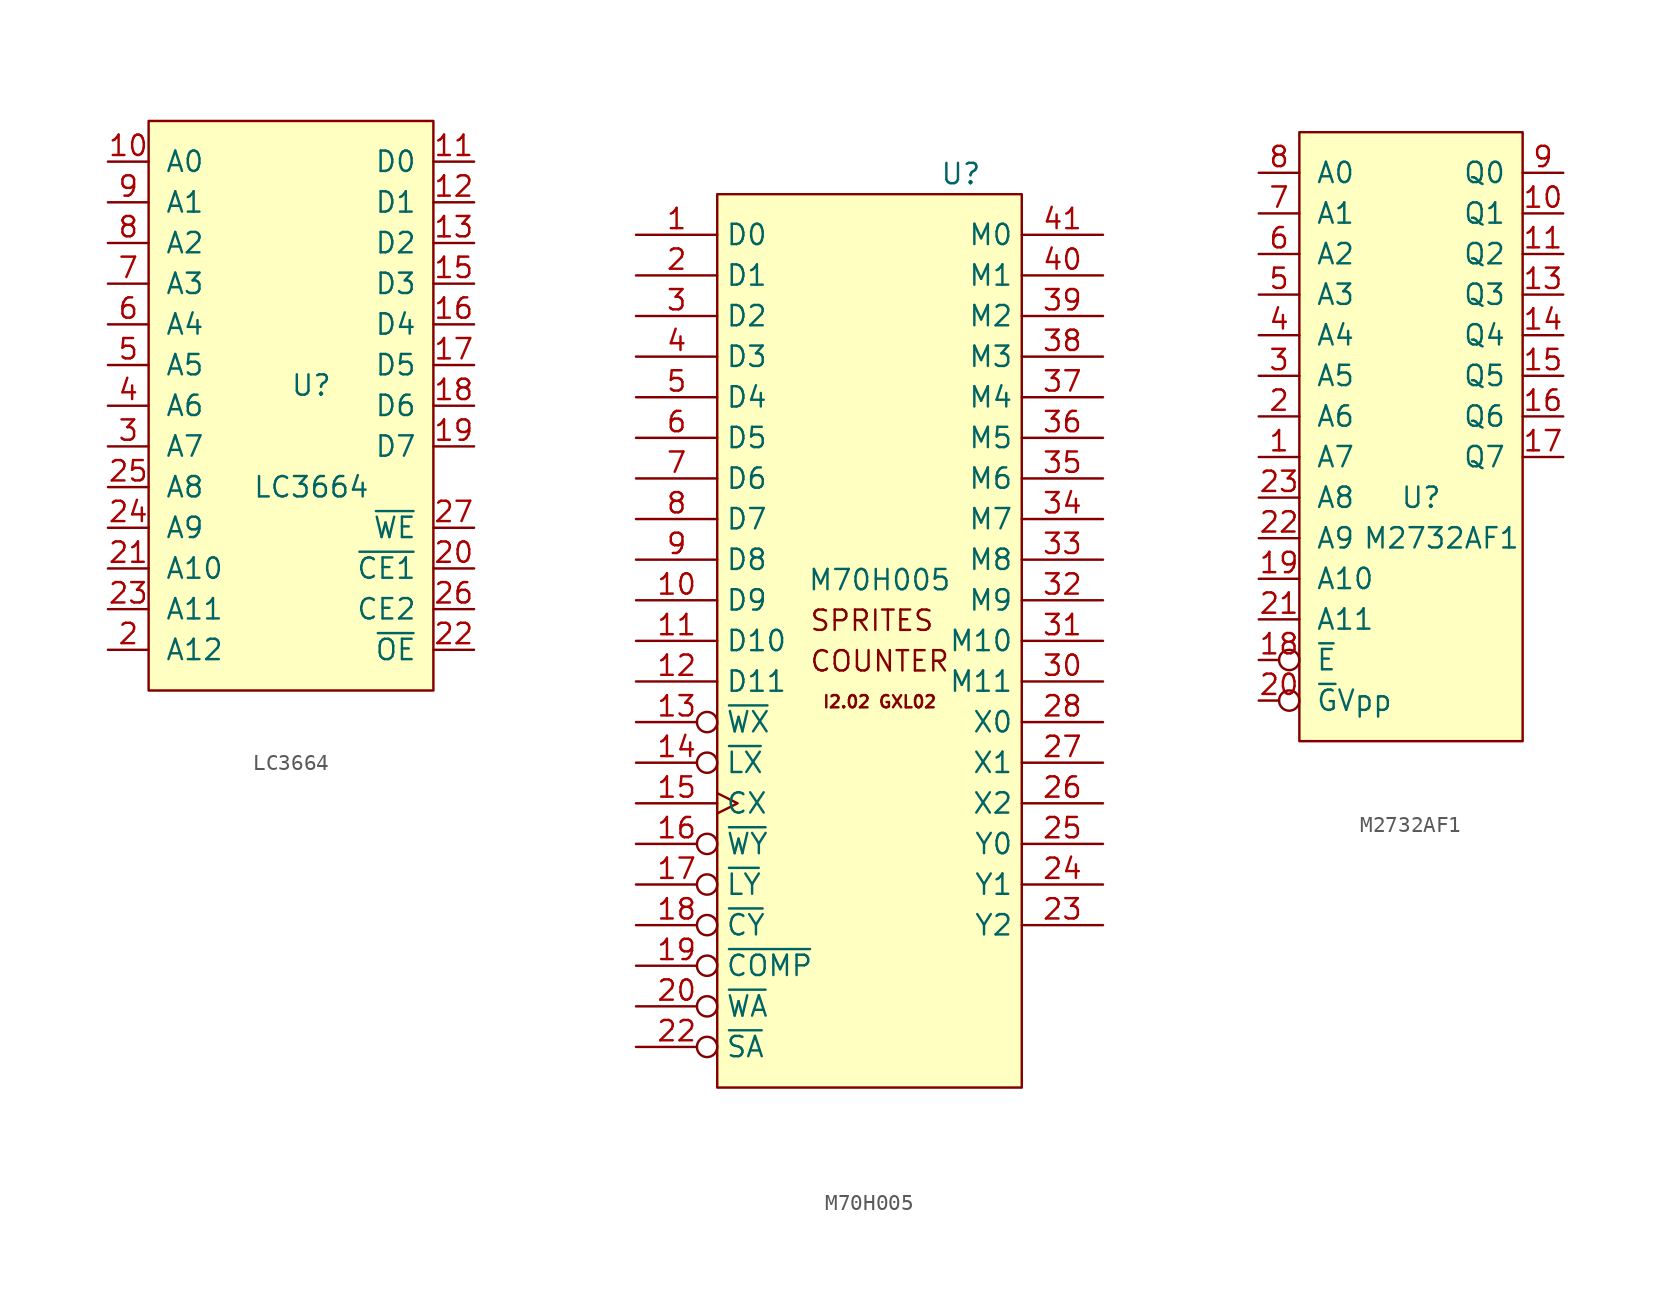
<source format=kicad_sym>
(kicad_symbol_lib
  (version 20231120)
  (generator "kicad_symbol_editor")
  (generator_version "8.0")
  (symbol "LC3664"
    (pin_names
      (offset 1.016))
    (property "Reference" "U"
      (at 1.27 0 0)
      (effects (font (size 1.27 1.27))))
    (property "Value" "LC3664"
      (at 1.27 -6.35 0)
      (effects (font (size 1.27 1.27))))
    (symbol "LC3664_0_1"
      (rectangle (start -8.89 16.51) (end 8.89 -19.05) (stroke (width 0) (type default)) (fill (type background))))
    (symbol "LC3664_1_1"
      (pin input line (at -11.43 13.97 0) (length 2.54) (name "A0" (effects (font (size 1.27 1.27)))) (number "10" (effects (font (size 1.27 1.27)))))
      (pin bidirectional line (at 11.43 13.97 180) (length 2.54) (name "D0" (effects (font (size 1.27 1.27)))) (number "11" (effects (font (size 1.27 1.27)))))
      (pin bidirectional line (at 11.43 11.43 180) (length 2.54) (name "D1" (effects (font (size 1.27 1.27)))) (number "12" (effects (font (size 1.27 1.27)))))
      (pin bidirectional line (at 11.43 8.89 180) (length 2.54) (name "D2" (effects (font (size 1.27 1.27)))) (number "13" (effects (font (size 1.27 1.27)))))
      (pin bidirectional line (at 11.43 6.35 180) (length 2.54) (name "D3" (effects (font (size 1.27 1.27)))) (number "15" (effects (font (size 1.27 1.27)))))
      (pin bidirectional line (at 11.43 3.81 180) (length 2.54) (name "D4" (effects (font (size 1.27 1.27)))) (number "16" (effects (font (size 1.27 1.27)))))
      (pin bidirectional line (at 11.43 1.27 180) (length 2.54) (name "D5" (effects (font (size 1.27 1.27)))) (number "17" (effects (font (size 1.27 1.27)))))
      (pin bidirectional line (at 11.43 -1.27 180) (length 2.54) (name "D6" (effects (font (size 1.27 1.27)))) (number "18" (effects (font (size 1.27 1.27)))))
      (pin bidirectional line (at 11.43 -3.81 180) (length 2.54) (name "D7" (effects (font (size 1.27 1.27)))) (number "19" (effects (font (size 1.27 1.27)))))
      (pin input line (at -11.43 -16.51 0) (length 2.54) (name "A12" (effects (font (size 1.27 1.27)))) (number "2" (effects (font (size 1.27 1.27)))))
      (pin input line (at 11.43 -11.43 180) (length 2.54) (name "~{CE1}" (effects (font (size 1.27 1.27)))) (number "20" (effects (font (size 1.27 1.27)))))
      (pin input line (at -11.43 -11.43 0) (length 2.54) (name "A10" (effects (font (size 1.27 1.27)))) (number "21" (effects (font (size 1.27 1.27)))))
      (pin input line (at 11.43 -16.51 180) (length 2.54) (name "~{OE}" (effects (font (size 1.27 1.27)))) (number "22" (effects (font (size 1.27 1.27)))))
      (pin input line (at -11.43 -13.97 0) (length 2.54) (name "A11" (effects (font (size 1.27 1.27)))) (number "23" (effects (font (size 1.27 1.27)))))
      (pin input line (at -11.43 -8.89 0) (length 2.54) (name "A9" (effects (font (size 1.27 1.27)))) (number "24" (effects (font (size 1.27 1.27)))))
      (pin input line (at -11.43 -6.35 0) (length 2.54) (name "A8" (effects (font (size 1.27 1.27)))) (number "25" (effects (font (size 1.27 1.27)))))
      (pin input line (at 11.43 -13.97 180) (length 2.54) (name "CE2" (effects (font (size 1.27 1.27)))) (number "26" (effects (font (size 1.27 1.27)))))
      (pin input line (at 11.43 -8.89 180) (length 2.54) (name "~{WE}" (effects (font (size 1.27 1.27)))) (number "27" (effects (font (size 1.27 1.27)))))
      (pin input line (at -11.43 -3.81 0) (length 2.54) (name "A7" (effects (font (size 1.27 1.27)))) (number "3" (effects (font (size 1.27 1.27)))))
      (pin input line (at -11.43 -1.27 0) (length 2.54) (name "A6" (effects (font (size 1.27 1.27)))) (number "4" (effects (font (size 1.27 1.27)))))
      (pin input line (at -11.43 1.27 0) (length 2.54) (name "A5" (effects (font (size 1.27 1.27)))) (number "5" (effects (font (size 1.27 1.27)))))
      (pin input line (at -11.43 3.81 0) (length 2.54) (name "A4" (effects (font (size 1.27 1.27)))) (number "6" (effects (font (size 1.27 1.27)))))
      (pin input line (at -11.43 6.35 0) (length 2.54) (name "A3" (effects (font (size 1.27 1.27)))) (number "7" (effects (font (size 1.27 1.27)))))
      (pin input line (at -11.43 8.89 0) (length 2.54) (name "A2" (effects (font (size 1.27 1.27)))) (number "8" (effects (font (size 1.27 1.27)))))
      (pin input line (at -11.43 11.43 0) (length 2.54) (name "A1" (effects (font (size 1.27 1.27)))) (number "9" (effects (font (size 1.27 1.27)))))))
  (symbol "M70H005"
    (property "Reference" "U"
      (at 5.08 27.94 0)
      (effects (font (size 1.27 1.27))))
    (property "Value" "M70H005"
      (at 0 2.54 0)
      (effects (font (size 1.27 1.27))))
    (symbol "M70H005_0_0"
      (rectangle (start -10.16 26.67) (end 8.89 -29.21) (stroke (width 0.152) (type default)) (fill (type background)))
      (text "COUNTER" (at 0 -2.54 0) (effects (font (size 1.27 1.27))))
      (text "I2.02 GXL02" (at 0 -5.08 0) (effects (font (size 0.762 0.762))))
      (text "SPRITES " (at 0 0 0) (effects (font (size 1.27 1.27)))))
    (symbol "M70H005_1_1"
      (pin bidirectional line (at -15.24 24.13 0) (length 5.08) (name "D0" (effects (font (size 1.27 1.27)))) (number "1" (effects (font (size 1.27 1.27)))))
      (pin bidirectional line (at -15.24 1.27 0) (length 5.08) (name "D9" (effects (font (size 1.27 1.27)))) (number "10" (effects (font (size 1.27 1.27)))))
      (pin bidirectional line (at -15.24 -1.27 0) (length 5.08) (name "D10" (effects (font (size 1.27 1.27)))) (number "11" (effects (font (size 1.27 1.27)))))
      (pin bidirectional line (at -15.24 -3.81 0) (length 5.08) (name "D11" (effects (font (size 1.27 1.27)))) (number "12" (effects (font (size 1.27 1.27)))))
      (pin input inverted (at -15.24 -6.35 0) (length 5.08) (name "~{WX}" (effects (font (size 1.27 1.27)))) (number "13" (effects (font (size 1.27 1.27)))))
      (pin input inverted (at -15.24 -8.89 0) (length 5.08) (name "~{LX}" (effects (font (size 1.27 1.27)))) (number "14" (effects (font (size 1.27 1.27)))))
      (pin input clock (at -15.24 -11.43 0) (length 5.08) (name "CX" (effects (font (size 1.27 1.27)))) (number "15" (effects (font (size 1.27 1.27)))))
      (pin input inverted (at -15.24 -13.97 0) (length 5.08) (name "~{WY}" (effects (font (size 1.27 1.27)))) (number "16" (effects (font (size 1.27 1.27)))))
      (pin input inverted (at -15.24 -16.51 0) (length 5.08) (name "~{LY}" (effects (font (size 1.27 1.27)))) (number "17" (effects (font (size 1.27 1.27)))))
      (pin input inverted (at -15.24 -19.05 0) (length 5.08) (name "~{CY}" (effects (font (size 1.27 1.27)))) (number "18" (effects (font (size 1.27 1.27)))))
      (pin input inverted (at -15.24 -21.59 0) (length 5.08) (name "~{COMP}" (effects (font (size 1.27 1.27)))) (number "19" (effects (font (size 1.27 1.27)))))
      (pin bidirectional line (at -15.24 21.59 0) (length 5.08) (name "D1" (effects (font (size 1.27 1.27)))) (number "2" (effects (font (size 1.27 1.27)))))
      (pin input inverted (at -15.24 -24.13 0) (length 5.08) (name "~{WA}" (effects (font (size 1.27 1.27)))) (number "20" (effects (font (size 1.27 1.27)))))
      (pin power_in line (at -1.27 -29.21 90) (length 5.08) hide (name "VSS" (effects (font (size 1.27 1.27)))) (number "21" (effects (font (size 1.27 1.27)))))
      (pin input inverted (at -15.24 -26.67 0) (length 5.08) (name "~{SA}" (effects (font (size 1.27 1.27)))) (number "22" (effects (font (size 1.27 1.27)))))
      (pin output line (at 13.97 -19.05 180) (length 5.08) (name "Y2" (effects (font (size 1.27 1.27)))) (number "23" (effects (font (size 1.27 1.27)))))
      (pin output line (at 13.97 -16.51 180) (length 5.08) (name "Y1" (effects (font (size 1.27 1.27)))) (number "24" (effects (font (size 1.27 1.27)))))
      (pin output line (at 13.97 -13.97 180) (length 5.08) (name "Y0" (effects (font (size 1.27 1.27)))) (number "25" (effects (font (size 1.27 1.27)))))
      (pin output line (at 13.97 -11.43 180) (length 5.08) (name "X2" (effects (font (size 1.27 1.27)))) (number "26" (effects (font (size 1.27 1.27)))))
      (pin output line (at 13.97 -8.89 180) (length 5.08) (name "X1" (effects (font (size 1.27 1.27)))) (number "27" (effects (font (size 1.27 1.27)))))
      (pin output line (at 13.97 -6.35 180) (length 5.08) (name "X0" (effects (font (size 1.27 1.27)))) (number "28" (effects (font (size 1.27 1.27)))))
      (pin power_in line (at 1.27 -29.21 90) (length 5.08) hide (name "VSS" (effects (font (size 1.27 1.27)))) (number "29" (effects (font (size 1.27 1.27)))))
      (pin bidirectional line (at -15.24 19.05 0) (length 5.08) (name "D2" (effects (font (size 1.27 1.27)))) (number "3" (effects (font (size 1.27 1.27)))))
      (pin output line (at 13.97 -3.81 180) (length 5.08) (name "M11" (effects (font (size 1.27 1.27)))) (number "30" (effects (font (size 1.27 1.27)))))
      (pin output line (at 13.97 -1.27 180) (length 5.08) (name "M10" (effects (font (size 1.27 1.27)))) (number "31" (effects (font (size 1.27 1.27)))))
      (pin output line (at 13.97 1.27 180) (length 5.08) (name "M9" (effects (font (size 1.27 1.27)))) (number "32" (effects (font (size 1.27 1.27)))))
      (pin output line (at 13.97 3.81 180) (length 5.08) (name "M8" (effects (font (size 1.27 1.27)))) (number "33" (effects (font (size 1.27 1.27)))))
      (pin output line (at 13.97 6.35 180) (length 5.08) (name "M7" (effects (font (size 1.27 1.27)))) (number "34" (effects (font (size 1.27 1.27)))))
      (pin output line (at 13.97 8.89 180) (length 5.08) (name "M6" (effects (font (size 1.27 1.27)))) (number "35" (effects (font (size 1.27 1.27)))))
      (pin output line (at 13.97 11.43 180) (length 5.08) (name "M5" (effects (font (size 1.27 1.27)))) (number "36" (effects (font (size 1.27 1.27)))))
      (pin output line (at 13.97 13.97 180) (length 5.08) (name "M4" (effects (font (size 1.27 1.27)))) (number "37" (effects (font (size 1.27 1.27)))))
      (pin output line (at 13.97 16.51 180) (length 5.08) (name "M3" (effects (font (size 1.27 1.27)))) (number "38" (effects (font (size 1.27 1.27)))))
      (pin output line (at 13.97 19.05 180) (length 5.08) (name "M2" (effects (font (size 1.27 1.27)))) (number "39" (effects (font (size 1.27 1.27)))))
      (pin bidirectional line (at -15.24 16.51 0) (length 5.08) (name "D3" (effects (font (size 1.27 1.27)))) (number "4" (effects (font (size 1.27 1.27)))))
      (pin output line (at 13.97 21.59 180) (length 5.08) (name "M1" (effects (font (size 1.27 1.27)))) (number "40" (effects (font (size 1.27 1.27)))))
      (pin output line (at 13.97 24.13 180) (length 5.08) (name "M0" (effects (font (size 1.27 1.27)))) (number "41" (effects (font (size 1.27 1.27)))))
      (pin power_in line (at 0 26.67 270) (length 5.08) hide (name "VCC" (effects (font (size 1.27 1.27)))) (number "42" (effects (font (size 1.27 1.27)))))
      (pin bidirectional line (at -15.24 13.97 0) (length 5.08) (name "D4" (effects (font (size 1.27 1.27)))) (number "5" (effects (font (size 1.27 1.27)))))
      (pin bidirectional line (at -15.24 11.43 0) (length 5.08) (name "D5" (effects (font (size 1.27 1.27)))) (number "6" (effects (font (size 1.27 1.27)))))
      (pin bidirectional line (at -15.24 8.89 0) (length 5.08) (name "D6" (effects (font (size 1.27 1.27)))) (number "7" (effects (font (size 1.27 1.27)))))
      (pin bidirectional line (at -15.24 6.35 0) (length 5.08) (name "D7" (effects (font (size 1.27 1.27)))) (number "8" (effects (font (size 1.27 1.27)))))
      (pin bidirectional line (at -15.24 3.81 0) (length 5.08) (name "D8" (effects (font (size 1.27 1.27)))) (number "9" (effects (font (size 1.27 1.27)))))))
  (symbol "M2732AF1"
    (pin_names
      (offset 1.016))
    (property "Reference" "U"
      (at 1.27 -6.35 0)
      (effects (font (size 1.27 1.27))))
    (property "Value" "M2732AF1"
      (at 2.54 -8.89 0)
      (effects (font (size 1.27 1.27))))
    (symbol "M2732AF1_0_1"
      (rectangle (start -6.35 16.51) (end 7.62 -21.59) (stroke (width 0) (type default)) (fill (type background))))
    (symbol "M2732AF1_1_1"
      (pin input line (at -8.89 -3.81 0) (length 2.54) (name "A7" (effects (font (size 1.27 1.27)))) (number "1" (effects (font (size 1.27 1.27)))))
      (pin bidirectional line (at 10.16 11.43 180) (length 2.54) (name "Q1" (effects (font (size 1.27 1.27)))) (number "10" (effects (font (size 1.27 1.27)))))
      (pin bidirectional line (at 10.16 8.89 180) (length 2.54) (name "Q2" (effects (font (size 1.27 1.27)))) (number "11" (effects (font (size 1.27 1.27)))))
      (pin power_in line (at 0 -21.59 90) (length 2.54) hide (name "VSS" (effects (font (size 1.27 1.27)))) (number "12" (effects (font (size 1.27 1.27)))))
      (pin output line (at 10.16 6.35 180) (length 2.54) (name "Q3" (effects (font (size 1.27 1.27)))) (number "13" (effects (font (size 1.27 1.27)))))
      (pin output line (at 10.16 3.81 180) (length 2.54) (name "Q4" (effects (font (size 1.27 1.27)))) (number "14" (effects (font (size 1.27 1.27)))))
      (pin output line (at 10.16 1.27 180) (length 2.54) (name "Q5" (effects (font (size 1.27 1.27)))) (number "15" (effects (font (size 1.27 1.27)))))
      (pin output line (at 10.16 -1.27 180) (length 2.54) (name "Q6" (effects (font (size 1.27 1.27)))) (number "16" (effects (font (size 1.27 1.27)))))
      (pin output line (at 10.16 -3.81 180) (length 2.54) (name "Q7" (effects (font (size 1.27 1.27)))) (number "17" (effects (font (size 1.27 1.27)))))
      (pin input inverted (at -8.89 -16.51 0) (length 2.54) (name "~{E}" (effects (font (size 1.27 1.27)))) (number "18" (effects (font (size 1.27 1.27)))))
      (pin input line (at -8.89 -11.43 0) (length 2.54) (name "A10" (effects (font (size 1.27 1.27)))) (number "19" (effects (font (size 1.27 1.27)))))
      (pin input line (at -8.89 -1.27 0) (length 2.54) (name "A6" (effects (font (size 1.27 1.27)))) (number "2" (effects (font (size 1.27 1.27)))))
      (pin input inverted (at -8.89 -19.05 0) (length 2.54) (name "~{G}Vpp" (effects (font (size 1.27 1.27)))) (number "20" (effects (font (size 1.27 1.27)))))
      (pin input line (at -8.89 -13.97 0) (length 2.54) (name "A11" (effects (font (size 1.27 1.27)))) (number "21" (effects (font (size 1.27 1.27)))))
      (pin input line (at -8.89 -8.89 0) (length 2.54) (name "A9" (effects (font (size 1.27 1.27)))) (number "22" (effects (font (size 1.27 1.27)))))
      (pin input line (at -8.89 -6.35 0) (length 2.54) (name "A8" (effects (font (size 1.27 1.27)))) (number "23" (effects (font (size 1.27 1.27)))))
      (pin power_in line (at 0 16.51 270) (length 2.54) hide (name "VCC" (effects (font (size 1.27 1.27)))) (number "24" (effects (font (size 1.27 1.27)))))
      (pin input line (at -8.89 1.27 0) (length 2.54) (name "A5" (effects (font (size 1.27 1.27)))) (number "3" (effects (font (size 1.27 1.27)))))
      (pin input line (at -8.89 3.81 0) (length 2.54) (name "A4" (effects (font (size 1.27 1.27)))) (number "4" (effects (font (size 1.27 1.27)))))
      (pin input line (at -8.89 6.35 0) (length 2.54) (name "A3" (effects (font (size 1.27 1.27)))) (number "5" (effects (font (size 1.27 1.27)))))
      (pin input line (at -8.89 8.89 0) (length 2.54) (name "A2" (effects (font (size 1.27 1.27)))) (number "6" (effects (font (size 1.27 1.27)))))
      (pin input line (at -8.89 11.43 0) (length 2.54) (name "A1" (effects (font (size 1.27 1.27)))) (number "7" (effects (font (size 1.27 1.27)))))
      (pin input line (at -8.89 13.97 0) (length 2.54) (name "A0" (effects (font (size 1.27 1.27)))) (number "8" (effects (font (size 1.27 1.27)))))
      (pin bidirectional line (at 10.16 13.97 180) (length 2.54) (name "Q0" (effects (font (size 1.27 1.27)))) (number "9" (effects (font (size 1.27 1.27))))))))
</source>
